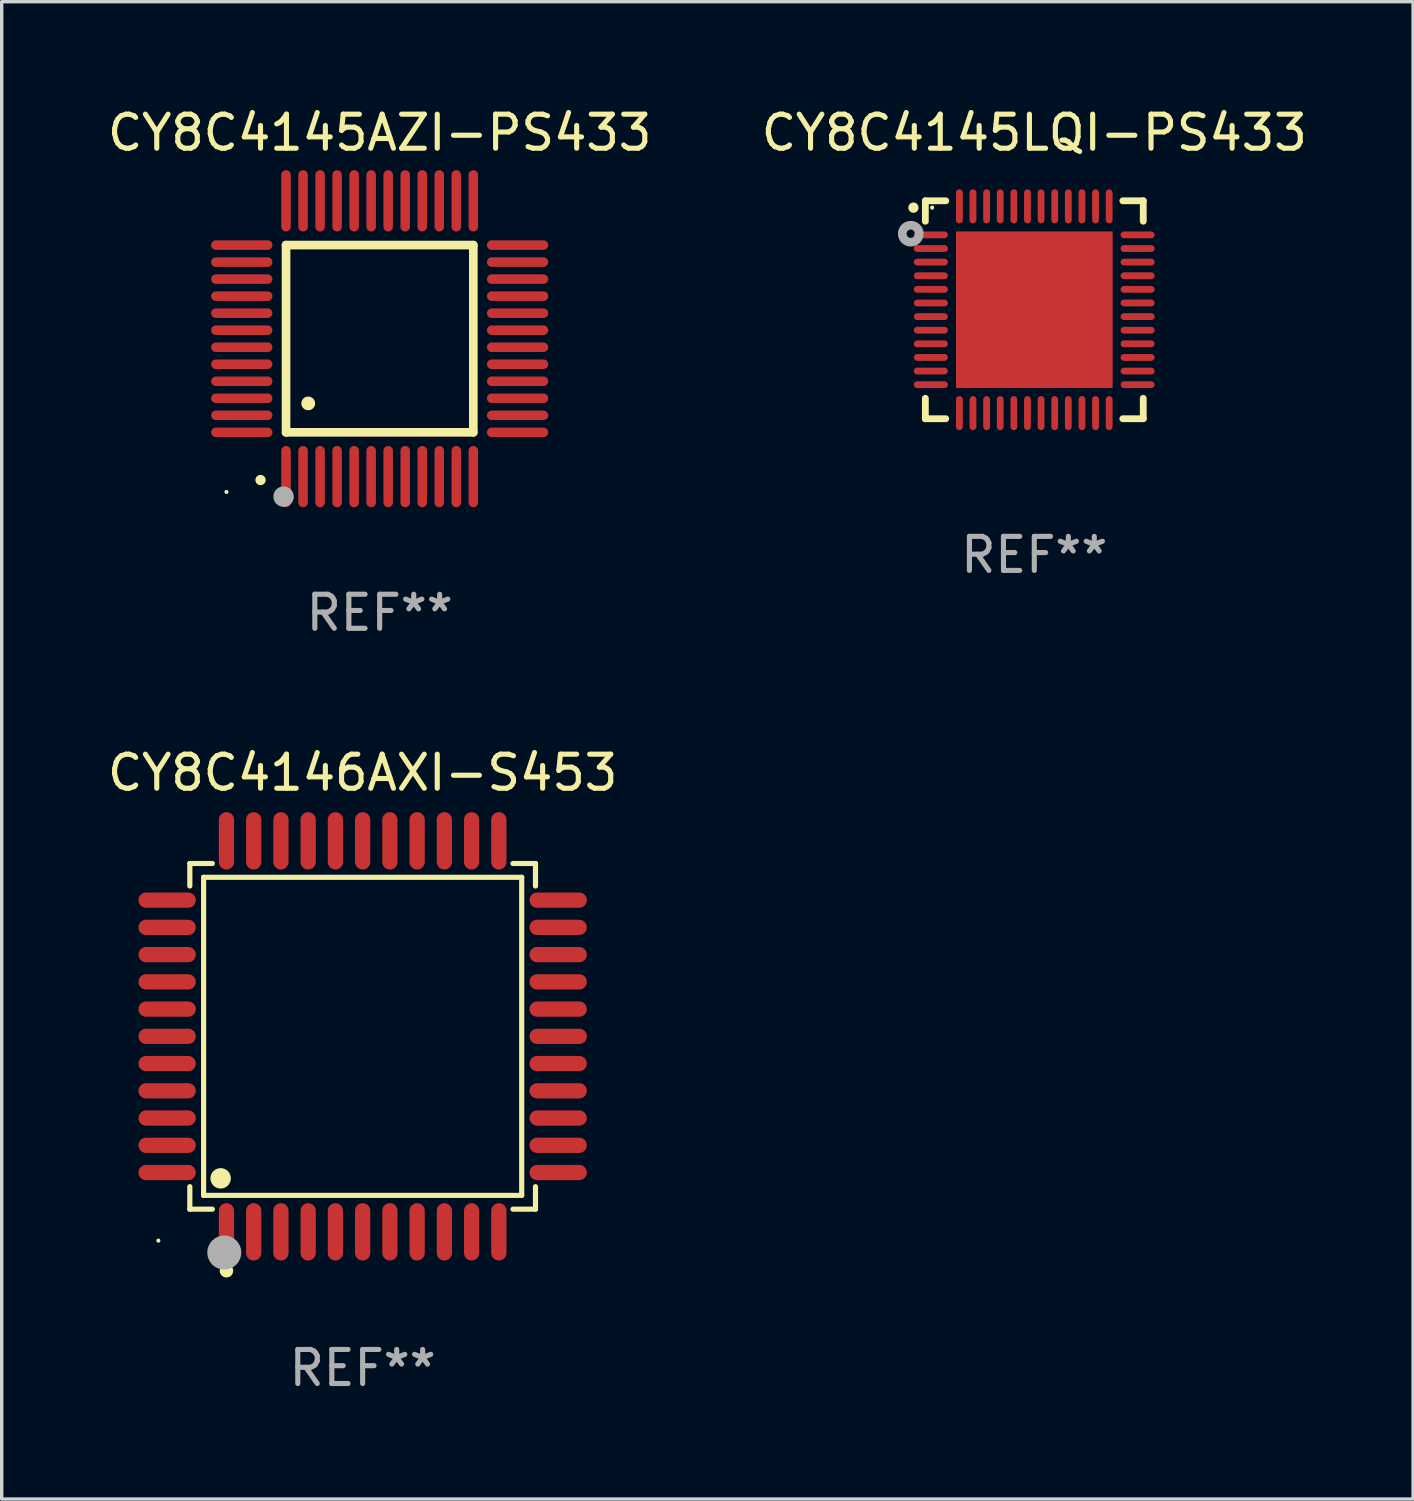
<source format=kicad_pcb>
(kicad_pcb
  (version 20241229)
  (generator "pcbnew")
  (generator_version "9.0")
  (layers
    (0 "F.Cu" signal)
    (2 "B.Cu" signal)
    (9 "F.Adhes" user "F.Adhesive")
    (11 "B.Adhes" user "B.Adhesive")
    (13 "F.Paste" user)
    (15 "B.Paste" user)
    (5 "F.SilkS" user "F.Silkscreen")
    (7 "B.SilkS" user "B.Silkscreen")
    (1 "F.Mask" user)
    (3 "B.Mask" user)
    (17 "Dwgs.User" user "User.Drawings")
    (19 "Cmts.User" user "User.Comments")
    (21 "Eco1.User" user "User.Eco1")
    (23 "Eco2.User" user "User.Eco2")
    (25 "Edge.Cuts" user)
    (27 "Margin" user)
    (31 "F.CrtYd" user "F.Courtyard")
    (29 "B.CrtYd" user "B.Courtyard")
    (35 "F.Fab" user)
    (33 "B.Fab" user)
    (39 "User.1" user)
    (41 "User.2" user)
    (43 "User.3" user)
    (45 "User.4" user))
  (footprint "CY8C4145LQI-PS433"
    (layer "F.Cu")
    (at 27.327 6.048)
    (property "Reference" "CY8C4145LQI-PS433" (at 0 -5.2 0) (layer "F.SilkS") (effects (font (size 1 1) (thickness 0.15))))
    (attr through_hole)
    (fp_line (start -3.2 -3.2) (end -2.6 -3.2) (stroke (width 0.2) (type solid)) (layer "F.SilkS"))
    (fp_line (start -3.2 -2.6) (end -3.2 -3.2) (stroke (width 0.2) (type solid)) (layer "F.SilkS"))
    (fp_line (start -3.2 3.2) (end -3.2 2.6) (stroke (width 0.2) (type solid)) (layer "F.SilkS"))
    (fp_line (start -2.6 3.2) (end -3.2 3.2) (stroke (width 0.2) (type solid)) (layer "F.SilkS"))
    (fp_line (start 2.6 -3.2) (end 3.2 -3.2) (stroke (width 0.2) (type solid)) (layer "F.SilkS"))
    (fp_line (start 2.6 3.2) (end 3.2 3.2) (stroke (width 0.2) (type solid)) (layer "F.SilkS"))
    (fp_line (start 3.2 -3.2) (end 3.2 -2.6) (stroke (width 0.2) (type solid)) (layer "F.SilkS"))
    (fp_line (start 3.2 3.2) (end 3.2 2.6) (stroke (width 0.2) (type solid)) (layer "F.SilkS"))
    (fp_arc (start -3.550025 -2.998349) (mid -3.55003 -2.999619) (end -3.550025 -3.000889) (stroke (width 0.3) (type solid)) (layer "F.SilkS"))
    (fp_circle (center -3 -3) (end -2.97 -3) (stroke (width 0.06) (type solid)) (fill no) (layer "F.SilkS"))
    (fp_circle (center -3.628 -2.234) (end -3.505 -2.234) (stroke (width 0.254) (type solid)) (fill no) (layer "F.Fab"))
    (fp_text user "REF**" (at 0 7.2 0) (layer "F.Fab") (effects (font (size 1 1) (thickness 0.15))))
    (pad "1" smd oval (at -3.038 -2.2) (size 1 0.2) (layers "F.Cu" "F.Mask" "F.Paste"))
    (pad "2" smd oval (at -3.038 -1.799) (size 1 0.2) (layers "F.Cu" "F.Mask" "F.Paste"))
    (pad "3" smd oval (at -3.038 -1.4) (size 1 0.2) (layers "F.Cu" "F.Mask" "F.Paste"))
    (pad "4" smd oval (at -3.038 -0.999) (size 1 0.2) (layers "F.Cu" "F.Mask" "F.Paste"))
    (pad "5" smd oval (at -3.038 -0.6) (size 1 0.2) (layers "F.Cu" "F.Mask" "F.Paste"))
    (pad "6" smd oval (at -3.038 -0.199) (size 1 0.2) (layers "F.Cu" "F.Mask" "F.Paste"))
    (pad "7" smd oval (at -3.038 0.2) (size 1 0.2) (layers "F.Cu" "F.Mask" "F.Paste"))
    (pad "8" smd oval (at -3.038 0.6) (size 1 0.2) (layers "F.Cu" "F.Mask" "F.Paste"))
    (pad "9" smd oval (at -3.038 1) (size 1 0.2) (layers "F.Cu" "F.Mask" "F.Paste"))
    (pad "10" smd oval (at -3.038 1.4) (size 1 0.2) (layers "F.Cu" "F.Mask" "F.Paste"))
    (pad "11" smd oval (at -3.038 1.8) (size 1 0.2) (layers "F.Cu" "F.Mask" "F.Paste"))
    (pad "12" smd oval (at -3.038 2.2) (size 1 0.2) (layers "F.Cu" "F.Mask" "F.Paste"))
    (pad "13" smd oval (at -2.2 3.035) (size 0.2 1) (layers "F.Cu" "F.Mask" "F.Paste"))
    (pad "14" smd oval (at -1.801 3.035) (size 0.2 1) (layers "F.Cu" "F.Mask" "F.Paste"))
    (pad "15" smd oval (at -1.4 3.035) (size 0.2 1) (layers "F.Cu" "F.Mask" "F.Paste"))
    (pad "16" smd oval (at -1 3.035) (size 0.2 1) (layers "F.Cu" "F.Mask" "F.Paste"))
    (pad "17" smd oval (at -0.6 3.035) (size 0.2 1) (layers "F.Cu" "F.Mask" "F.Paste"))
    (pad "18" smd oval (at -0.2 3.035) (size 0.2 1) (layers "F.Cu" "F.Mask" "F.Paste"))
    (pad "19" smd oval (at 0.199 3.035) (size 0.2 1) (layers "F.Cu" "F.Mask" "F.Paste"))
    (pad "20" smd oval (at 0.6 3.035) (size 0.2 1) (layers "F.Cu" "F.Mask" "F.Paste"))
    (pad "21" smd oval (at 0.999 3.035) (size 0.2 1) (layers "F.Cu" "F.Mask" "F.Paste"))
    (pad "22" smd oval (at 1.4 3.035) (size 0.2 1) (layers "F.Cu" "F.Mask" "F.Paste"))
    (pad "23" smd oval (at 1.799 3.035) (size 0.2 1) (layers "F.Cu" "F.Mask" "F.Paste"))
    (pad "24" smd oval (at 2.199 3.035) (size 0.2 1) (layers "F.Cu" "F.Mask" "F.Paste"))
    (pad "25" smd oval (at 3.034 2.2) (size 1 0.2) (layers "F.Cu" "F.Mask" "F.Paste"))
    (pad "26" smd oval (at 3.034 1.8) (size 1 0.2) (layers "F.Cu" "F.Mask" "F.Paste"))
    (pad "27" smd oval (at 3.034 1.4) (size 1 0.2) (layers "F.Cu" "F.Mask" "F.Paste"))
    (pad "28" smd oval (at 3.034 1) (size 1 0.2) (layers "F.Cu" "F.Mask" "F.Paste"))
    (pad "29" smd oval (at 3.034 0.6) (size 1 0.2) (layers "F.Cu" "F.Mask" "F.Paste"))
    (pad "30" smd oval (at 3.034 0.2) (size 1 0.2) (layers "F.Cu" "F.Mask" "F.Paste"))
    (pad "31" smd oval (at 3.034 -0.2) (size 1 0.2) (layers "F.Cu" "F.Mask" "F.Paste"))
    (pad "32" smd oval (at 3.034 -0.6) (size 1 0.2) (layers "F.Cu" "F.Mask" "F.Paste"))
    (pad "33" smd oval (at 3.034 -1) (size 1 0.2) (layers "F.Cu" "F.Mask" "F.Paste"))
    (pad "34" smd oval (at 3.034 -1.4) (size 1 0.2) (layers "F.Cu" "F.Mask" "F.Paste"))
    (pad "35" smd oval (at 3.034 -1.799) (size 1 0.2) (layers "F.Cu" "F.Mask" "F.Paste"))
    (pad "36" smd oval (at 3.034 -2.2) (size 1 0.2) (layers "F.Cu" "F.Mask" "F.Paste"))
    (pad "37" smd oval (at 2.199 -3.037) (size 0.2 1) (layers "F.Cu" "F.Mask" "F.Paste"))
    (pad "38" smd oval (at 1.799 -3.037) (size 0.2 1) (layers "F.Cu" "F.Mask" "F.Paste"))
    (pad "39" smd oval (at 1.4 -3.037) (size 0.2 1) (layers "F.Cu" "F.Mask" "F.Paste"))
    (pad "40" smd oval (at 0.999 -3.037) (size 0.2 1) (layers "F.Cu" "F.Mask" "F.Paste"))
    (pad "41" smd oval (at 0.6 -3.037) (size 0.2 1) (layers "F.Cu" "F.Mask" "F.Paste"))
    (pad "42" smd oval (at 0.199 -3.037) (size 0.2 1) (layers "F.Cu" "F.Mask" "F.Paste"))
    (pad "43" smd oval (at -0.2 -3.037) (size 0.2 1) (layers "F.Cu" "F.Mask" "F.Paste"))
    (pad "44" smd oval (at -0.6 -3.037) (size 0.2 1) (layers "F.Cu" "F.Mask" "F.Paste"))
    (pad "45" smd oval (at -1 -3.037) (size 0.2 1) (layers "F.Cu" "F.Mask" "F.Paste"))
    (pad "46" smd oval (at -1.4 -3.037) (size 0.2 1) (layers "F.Cu" "F.Mask" "F.Paste"))
    (pad "47" smd oval (at -1.801 -3.037) (size 0.2 1) (layers "F.Cu" "F.Mask" "F.Paste"))
    (pad "48" smd oval (at -2.2 -3.037) (size 0.2 1) (layers "F.Cu" "F.Mask" "F.Paste"))
    (pad "49" smd rect (at 0.001 -0.001) (size 4.6 4.6) (layers "F.Cu" "F.Mask" "F.Paste")))
  (footprint "CY8C4145AZI-PS433"
    (layer "F.Cu")
    (at 8.101 6.898)
    (property "Reference" "CY8C4145AZI-PS433" (at 0 -6.05 0) (layer "F.SilkS") (effects (font (size 1 1) (thickness 0.15))))
    (attr through_hole)
    (fp_line (start -2.75 -2.75) (end 2.75 -2.75) (stroke (width 0.254) (type solid)) (layer "F.SilkS"))
    (fp_line (start -2.75 2.75) (end -2.75 -2.75) (stroke (width 0.254) (type solid)) (layer "F.SilkS"))
    (fp_line (start 2.75 -2.75) (end 2.75 2.75) (stroke (width 0.254) (type solid)) (layer "F.SilkS"))
    (fp_line (start 2.75 2.75) (end -2.75 2.75) (stroke (width 0.254) (type solid)) (layer "F.SilkS"))
    (fp_arc (start -3.500127 4.150368) (mid -3.498857 4.150363) (end -3.497587 4.150368) (stroke (width 0.3) (type solid)) (layer "F.SilkS"))
    (fp_arc (start -2.100584 1.899924) (mid -2.098044 1.899908) (end -2.095504 1.899924) (stroke (width 0.4) (type solid)) (layer "F.SilkS"))
    (fp_circle (center -4.5 4.5) (end -4.47 4.5) (stroke (width 0.06) (type solid)) (fill no) (layer "F.SilkS"))
    (fp_circle (center -2.822 4.638) (end -2.672 4.638) (stroke (width 0.3) (type solid)) (fill no) (layer "F.Fab"))
    (fp_text user "REF**" (at 0 8.05 0) (layer "F.Fab") (effects (font (size 1 1) (thickness 0.15))))
    (pad "1" smd oval (at -2.75 4.05) (size 0.28 1.8) (layers "F.Cu" "F.Mask" "F.Paste"))
    (pad "2" smd oval (at -2.25 4.05) (size 0.28 1.8) (layers "F.Cu" "F.Mask" "F.Paste"))
    (pad "3" smd oval (at -1.75 4.05) (size 0.28 1.8) (layers "F.Cu" "F.Mask" "F.Paste"))
    (pad "4" smd oval (at -1.25 4.05) (size 0.28 1.8) (layers "F.Cu" "F.Mask" "F.Paste"))
    (pad "5" smd oval (at -0.75 4.05) (size 0.28 1.8) (layers "F.Cu" "F.Mask" "F.Paste"))
    (pad "6" smd oval (at -0.25 4.05) (size 0.28 1.8) (layers "F.Cu" "F.Mask" "F.Paste"))
    (pad "7" smd oval (at 0.25 4.05) (size 0.28 1.8) (layers "F.Cu" "F.Mask" "F.Paste"))
    (pad "8" smd oval (at 0.75 4.05) (size 0.28 1.8) (layers "F.Cu" "F.Mask" "F.Paste"))
    (pad "9" smd oval (at 1.25 4.05) (size 0.28 1.8) (layers "F.Cu" "F.Mask" "F.Paste"))
    (pad "10" smd oval (at 1.75 4.05) (size 0.28 1.8) (layers "F.Cu" "F.Mask" "F.Paste"))
    (pad "11" smd oval (at 2.25 4.05) (size 0.28 1.8) (layers "F.Cu" "F.Mask" "F.Paste"))
    (pad "12" smd oval (at 2.75 4.05) (size 0.28 1.8) (layers "F.Cu" "F.Mask" "F.Paste"))
    (pad "13" smd oval (at 4.05 2.75) (size 1.8 0.28) (layers "F.Cu" "F.Mask" "F.Paste"))
    (pad "14" smd oval (at 4.05 2.25) (size 1.8 0.28) (layers "F.Cu" "F.Mask" "F.Paste"))
    (pad "15" smd oval (at 4.05 1.75) (size 1.8 0.28) (layers "F.Cu" "F.Mask" "F.Paste"))
    (pad "16" smd oval (at 4.05 1.25) (size 1.8 0.28) (layers "F.Cu" "F.Mask" "F.Paste"))
    (pad "17" smd oval (at 4.05 0.75) (size 1.8 0.28) (layers "F.Cu" "F.Mask" "F.Paste"))
    (pad "18" smd oval (at 4.05 0.25) (size 1.8 0.28) (layers "F.Cu" "F.Mask" "F.Paste"))
    (pad "19" smd oval (at 4.05 -0.25) (size 1.8 0.28) (layers "F.Cu" "F.Mask" "F.Paste"))
    (pad "20" smd oval (at 4.05 -0.75) (size 1.8 0.28) (layers "F.Cu" "F.Mask" "F.Paste"))
    (pad "21" smd oval (at 4.05 -1.25) (size 1.8 0.28) (layers "F.Cu" "F.Mask" "F.Paste"))
    (pad "22" smd oval (at 4.05 -1.75) (size 1.8 0.28) (layers "F.Cu" "F.Mask" "F.Paste"))
    (pad "23" smd oval (at 4.05 -2.25) (size 1.8 0.28) (layers "F.Cu" "F.Mask" "F.Paste"))
    (pad "24" smd oval (at 4.05 -2.75) (size 1.8 0.28) (layers "F.Cu" "F.Mask" "F.Paste"))
    (pad "25" smd oval (at 2.75 -4.05) (size 0.28 1.8) (layers "F.Cu" "F.Mask" "F.Paste"))
    (pad "26" smd oval (at 2.25 -4.05) (size 0.28 1.8) (layers "F.Cu" "F.Mask" "F.Paste"))
    (pad "27" smd oval (at 1.75 -4.05) (size 0.28 1.8) (layers "F.Cu" "F.Mask" "F.Paste"))
    (pad "28" smd oval (at 1.25 -4.05) (size 0.28 1.8) (layers "F.Cu" "F.Mask" "F.Paste"))
    (pad "29" smd oval (at 0.75 -4.05) (size 0.28 1.8) (layers "F.Cu" "F.Mask" "F.Paste"))
    (pad "30" smd oval (at 0.25 -4.05) (size 0.28 1.8) (layers "F.Cu" "F.Mask" "F.Paste"))
    (pad "31" smd oval (at -0.25 -4.05) (size 0.28 1.8) (layers "F.Cu" "F.Mask" "F.Paste"))
    (pad "32" smd oval (at -0.75 -4.05) (size 0.28 1.8) (layers "F.Cu" "F.Mask" "F.Paste"))
    (pad "33" smd oval (at -1.25 -4.05) (size 0.28 1.8) (layers "F.Cu" "F.Mask" "F.Paste"))
    (pad "34" smd oval (at -1.75 -4.05) (size 0.28 1.8) (layers "F.Cu" "F.Mask" "F.Paste"))
    (pad "35" smd oval (at -2.25 -4.05) (size 0.28 1.8) (layers "F.Cu" "F.Mask" "F.Paste"))
    (pad "36" smd oval (at -2.75 -4.05) (size 0.28 1.8) (layers "F.Cu" "F.Mask" "F.Paste"))
    (pad "37" smd oval (at -4.05 -2.75) (size 1.8 0.28) (layers "F.Cu" "F.Mask" "F.Paste"))
    (pad "38" smd oval (at -4.05 -2.25) (size 1.8 0.28) (layers "F.Cu" "F.Mask" "F.Paste"))
    (pad "39" smd oval (at -4.05 -1.75) (size 1.8 0.28) (layers "F.Cu" "F.Mask" "F.Paste"))
    (pad "40" smd oval (at -4.05 -1.25) (size 1.8 0.28) (layers "F.Cu" "F.Mask" "F.Paste"))
    (pad "41" smd oval (at -4.05 -0.75) (size 1.8 0.28) (layers "F.Cu" "F.Mask" "F.Paste"))
    (pad "42" smd oval (at -4.05 -0.25) (size 1.8 0.28) (layers "F.Cu" "F.Mask" "F.Paste"))
    (pad "43" smd oval (at -4.05 0.25) (size 1.8 0.28) (layers "F.Cu" "F.Mask" "F.Paste"))
    (pad "44" smd oval (at -4.05 0.75) (size 1.8 0.28) (layers "F.Cu" "F.Mask" "F.Paste"))
    (pad "45" smd oval (at -4.05 1.25) (size 1.8 0.28) (layers "F.Cu" "F.Mask" "F.Paste"))
    (pad "46" smd oval (at -4.05 1.75) (size 1.8 0.28) (layers "F.Cu" "F.Mask" "F.Paste"))
    (pad "47" smd oval (at -4.05 2.25) (size 1.8 0.28) (layers "F.Cu" "F.Mask" "F.Paste"))
    (pad "48" smd oval (at -4.05 2.75) (size 1.8 0.28) (layers "F.Cu" "F.Mask" "F.Paste")))
  (footprint "CY8C4146AXI-S453"
    (layer "F.Cu")
    (at 7.601 27.387)
    (property "Reference" "CY8C4146AXI-S453" (at 0 -7.742 0) (layer "F.SilkS") (effects (font (size 1 1) (thickness 0.15))))
    (attr through_hole)
    (fp_line (start -5.076 -5.076) (end -4.415 -5.076) (stroke (width 0.152) (type solid)) (layer "F.SilkS"))
    (fp_line (start -5.076 -4.415) (end -5.076 -5.076) (stroke (width 0.152) (type solid)) (layer "F.SilkS"))
    (fp_line (start -5.076 4.415) (end -5.076 5.076) (stroke (width 0.152) (type solid)) (layer "F.SilkS"))
    (fp_line (start -5.076 5.076) (end -4.415 5.076) (stroke (width 0.152) (type solid)) (layer "F.SilkS"))
    (fp_line (start -4.671 -4.671) (end 4.671 -4.671) (stroke (width 0.152) (type solid)) (layer "F.SilkS"))
    (fp_line (start -4.671 4.671) (end -4.671 -4.671) (stroke (width 0.152) (type solid)) (layer "F.SilkS"))
    (fp_line (start 4.671 -4.671) (end 4.671 4.671) (stroke (width 0.152) (type solid)) (layer "F.SilkS"))
    (fp_line (start 4.671 4.671) (end -4.671 4.671) (stroke (width 0.152) (type solid)) (layer "F.SilkS"))
    (fp_line (start 5.076 -5.076) (end 4.415 -5.076) (stroke (width 0.152) (type solid)) (layer "F.SilkS"))
    (fp_line (start 5.076 -4.415) (end 5.076 -5.076) (stroke (width 0.152) (type solid)) (layer "F.SilkS"))
    (fp_line (start 5.076 4.415) (end 5.076 5.076) (stroke (width 0.152) (type solid)) (layer "F.SilkS"))
    (fp_line (start 5.076 5.076) (end 4.415 5.076) (stroke (width 0.152) (type solid)) (layer "F.SilkS"))
    (fp_circle (center -6 6) (end -5.97 6) (stroke (width 0.06) (type solid)) (fill no) (layer "F.SilkS"))
    (fp_circle (center -4.171 4.171) (end -4.021 4.171) (stroke (width 0.3) (type solid)) (fill no) (layer "F.SilkS"))
    (fp_circle (center -4 6.884) (end -3.9 6.884) (stroke (width 0.2) (type solid)) (fill no) (layer "F.SilkS"))
    (fp_circle (center -4.064 6.35) (end -3.814 6.35) (stroke (width 0.5) (type solid)) (fill no) (layer "F.Fab"))
    (fp_text user "REF**" (at 0 9.742 0) (layer "F.Fab") (effects (font (size 1 1) (thickness 0.15))))
    (pad "1" smd oval (at -4 5.742) (size 0.448 1.684) (layers "F.Cu" "F.Mask" "F.Paste"))
    (pad "2" smd oval (at -3.2 5.742) (size 0.448 1.684) (layers "F.Cu" "F.Mask" "F.Paste"))
    (pad "3" smd oval (at -2.4 5.742) (size 0.448 1.684) (layers "F.Cu" "F.Mask" "F.Paste"))
    (pad "4" smd oval (at -1.6 5.742) (size 0.448 1.684) (layers "F.Cu" "F.Mask" "F.Paste"))
    (pad "5" smd oval (at -0.8 5.742) (size 0.448 1.684) (layers "F.Cu" "F.Mask" "F.Paste"))
    (pad "6" smd oval (at 0 5.742) (size 0.448 1.684) (layers "F.Cu" "F.Mask" "F.Paste"))
    (pad "7" smd oval (at 0.8 5.742) (size 0.448 1.684) (layers "F.Cu" "F.Mask" "F.Paste"))
    (pad "8" smd oval (at 1.6 5.742) (size 0.448 1.684) (layers "F.Cu" "F.Mask" "F.Paste"))
    (pad "9" smd oval (at 2.4 5.742) (size 0.448 1.684) (layers "F.Cu" "F.Mask" "F.Paste"))
    (pad "10" smd oval (at 3.2 5.742) (size 0.448 1.684) (layers "F.Cu" "F.Mask" "F.Paste"))
    (pad "11" smd oval (at 4 5.742) (size 0.448 1.684) (layers "F.Cu" "F.Mask" "F.Paste"))
    (pad "12" smd oval (at 5.742 4) (size 1.684 0.448) (layers "F.Cu" "F.Mask" "F.Paste"))
    (pad "13" smd oval (at 5.742 3.2) (size 1.684 0.448) (layers "F.Cu" "F.Mask" "F.Paste"))
    (pad "14" smd oval (at 5.742 2.4) (size 1.684 0.448) (layers "F.Cu" "F.Mask" "F.Paste"))
    (pad "15" smd oval (at 5.742 1.6) (size 1.684 0.448) (layers "F.Cu" "F.Mask" "F.Paste"))
    (pad "16" smd oval (at 5.742 0.8) (size 1.684 0.448) (layers "F.Cu" "F.Mask" "F.Paste"))
    (pad "17" smd oval (at 5.742 0) (size 1.684 0.448) (layers "F.Cu" "F.Mask" "F.Paste"))
    (pad "18" smd oval (at 5.742 -0.8) (size 1.684 0.448) (layers "F.Cu" "F.Mask" "F.Paste"))
    (pad "19" smd oval (at 5.742 -1.6) (size 1.684 0.448) (layers "F.Cu" "F.Mask" "F.Paste"))
    (pad "20" smd oval (at 5.742 -2.4) (size 1.684 0.448) (layers "F.Cu" "F.Mask" "F.Paste"))
    (pad "21" smd oval (at 5.742 -3.2) (size 1.684 0.448) (layers "F.Cu" "F.Mask" "F.Paste"))
    (pad "22" smd oval (at 5.742 -4) (size 1.684 0.448) (layers "F.Cu" "F.Mask" "F.Paste"))
    (pad "23" smd oval (at 4 -5.742) (size 0.448 1.684) (layers "F.Cu" "F.Mask" "F.Paste"))
    (pad "24" smd oval (at 3.2 -5.742) (size 0.448 1.684) (layers "F.Cu" "F.Mask" "F.Paste"))
    (pad "25" smd oval (at 2.4 -5.742) (size 0.448 1.684) (layers "F.Cu" "F.Mask" "F.Paste"))
    (pad "26" smd oval (at 1.6 -5.742) (size 0.448 1.684) (layers "F.Cu" "F.Mask" "F.Paste"))
    (pad "27" smd oval (at 0.8 -5.742) (size 0.448 1.684) (layers "F.Cu" "F.Mask" "F.Paste"))
    (pad "28" smd oval (at 0 -5.742) (size 0.448 1.684) (layers "F.Cu" "F.Mask" "F.Paste"))
    (pad "29" smd oval (at -0.8 -5.742) (size 0.448 1.684) (layers "F.Cu" "F.Mask" "F.Paste"))
    (pad "30" smd oval (at -1.6 -5.742) (size 0.448 1.684) (layers "F.Cu" "F.Mask" "F.Paste"))
    (pad "31" smd oval (at -2.4 -5.742) (size 0.448 1.684) (layers "F.Cu" "F.Mask" "F.Paste"))
    (pad "32" smd oval (at -3.2 -5.742) (size 0.448 1.684) (layers "F.Cu" "F.Mask" "F.Paste"))
    (pad "33" smd oval (at -4 -5.742) (size 0.448 1.684) (layers "F.Cu" "F.Mask" "F.Paste"))
    (pad "34" smd oval (at -5.742 -4) (size 1.684 0.448) (layers "F.Cu" "F.Mask" "F.Paste"))
    (pad "35" smd oval (at -5.742 -3.2) (size 1.684 0.448) (layers "F.Cu" "F.Mask" "F.Paste"))
    (pad "36" smd oval (at -5.742 -2.4) (size 1.684 0.448) (layers "F.Cu" "F.Mask" "F.Paste"))
    (pad "37" smd oval (at -5.742 -1.6) (size 1.684 0.448) (layers "F.Cu" "F.Mask" "F.Paste"))
    (pad "38" smd oval (at -5.742 -0.8) (size 1.684 0.448) (layers "F.Cu" "F.Mask" "F.Paste"))
    (pad "39" smd oval (at -5.742 0) (size 1.684 0.448) (layers "F.Cu" "F.Mask" "F.Paste"))
    (pad "40" smd oval (at -5.742 0.8) (size 1.684 0.448) (layers "F.Cu" "F.Mask" "F.Paste"))
    (pad "41" smd oval (at -5.742 1.6) (size 1.684 0.448) (layers "F.Cu" "F.Mask" "F.Paste"))
    (pad "42" smd oval (at -5.742 2.4) (size 1.684 0.448) (layers "F.Cu" "F.Mask" "F.Paste"))
    (pad "43" smd oval (at -5.742 3.2) (size 1.684 0.448) (layers "F.Cu" "F.Mask" "F.Paste"))
    (pad "44" smd oval (at -5.742 4) (size 1.684 0.448) (layers "F.Cu" "F.Mask" "F.Paste")))
  (gr_rect
    (start -3 -3)
    (end 38.452 40.977)
    (stroke (width 0.1) (type default))
    (fill no)
    (layer "Edge.Cuts")))
</source>
